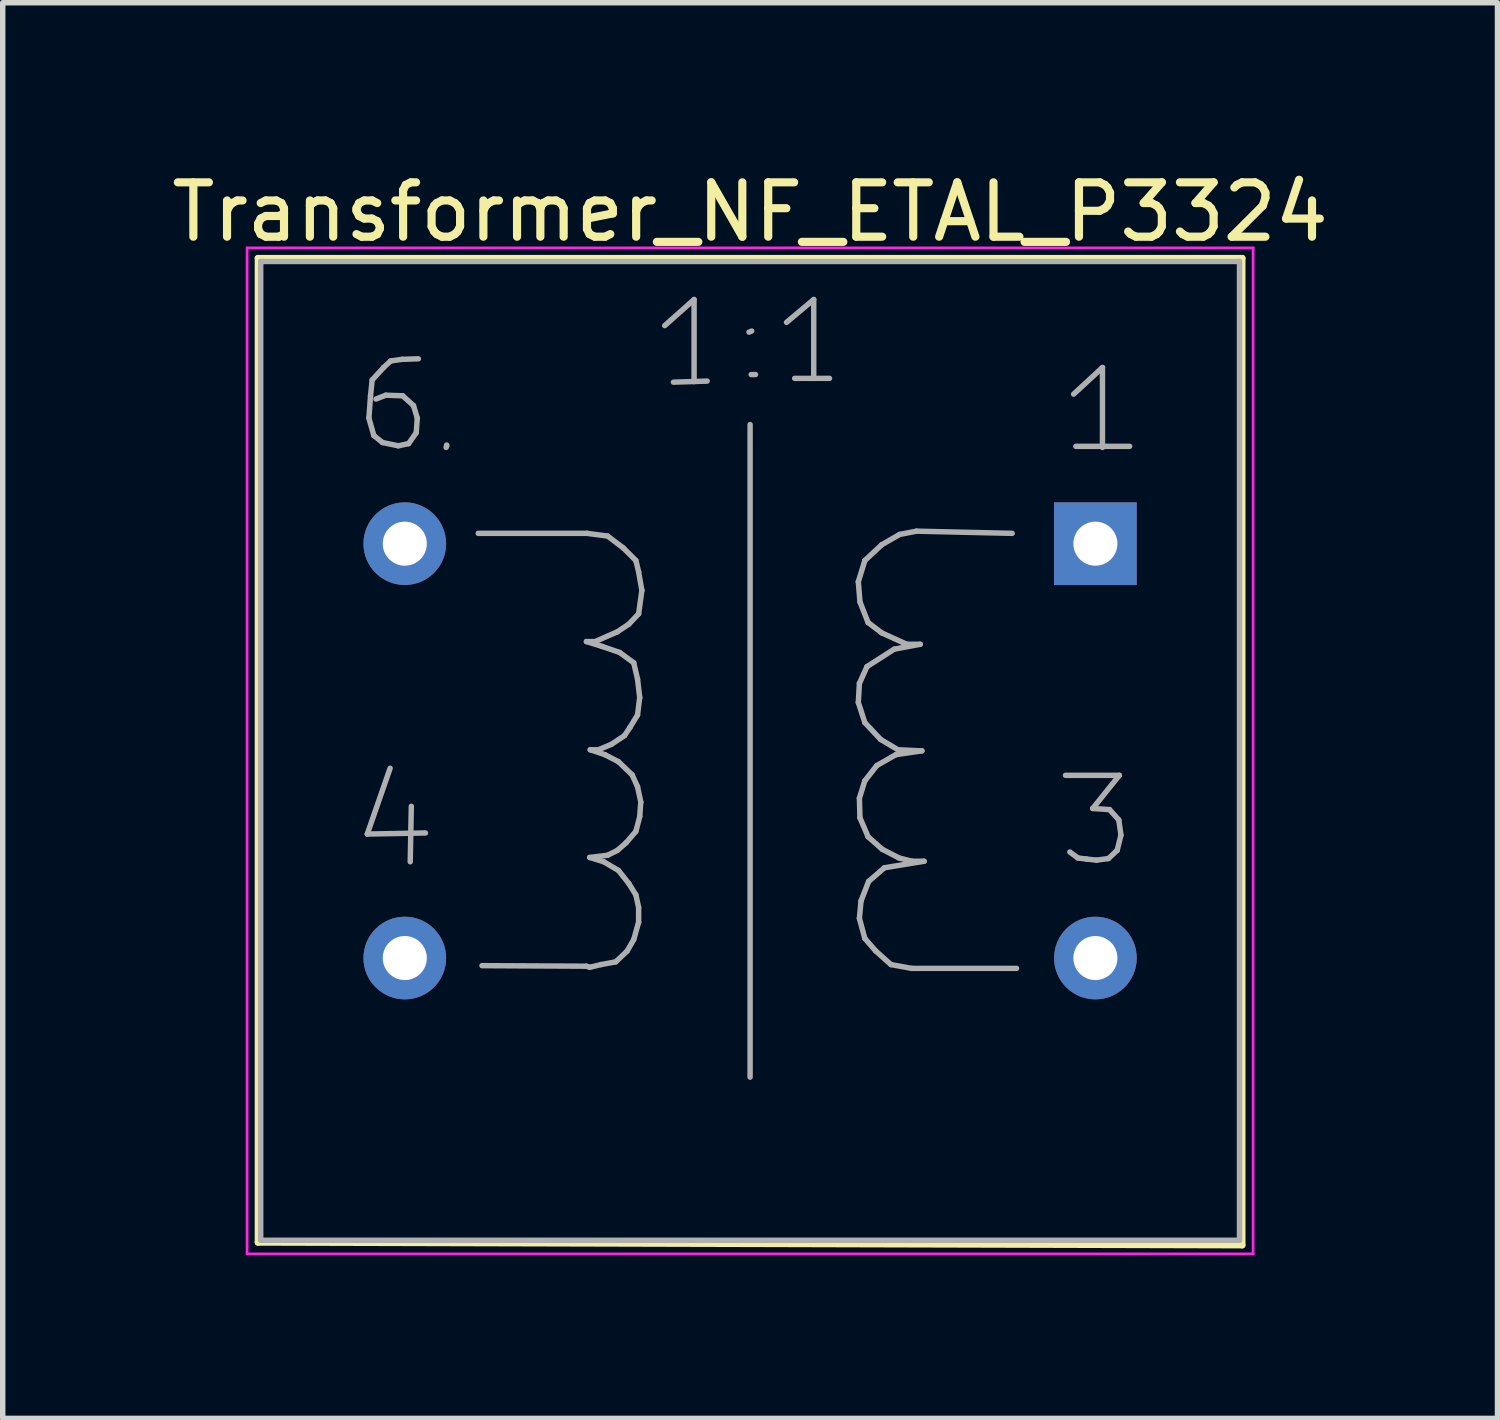
<source format=kicad_pcb>
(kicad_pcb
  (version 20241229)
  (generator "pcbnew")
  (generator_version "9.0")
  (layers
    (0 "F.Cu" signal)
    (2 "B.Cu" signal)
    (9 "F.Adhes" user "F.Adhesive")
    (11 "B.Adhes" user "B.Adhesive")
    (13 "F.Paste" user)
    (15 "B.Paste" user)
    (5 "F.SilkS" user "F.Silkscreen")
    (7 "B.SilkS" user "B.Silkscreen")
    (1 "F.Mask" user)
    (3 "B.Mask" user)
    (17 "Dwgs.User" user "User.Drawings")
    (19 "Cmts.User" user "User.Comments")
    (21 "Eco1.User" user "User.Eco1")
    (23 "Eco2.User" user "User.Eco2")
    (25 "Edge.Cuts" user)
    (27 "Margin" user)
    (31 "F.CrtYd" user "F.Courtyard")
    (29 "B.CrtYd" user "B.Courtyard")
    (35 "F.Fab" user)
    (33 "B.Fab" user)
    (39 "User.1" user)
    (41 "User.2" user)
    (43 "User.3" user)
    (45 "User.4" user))
  (footprint "Transformer_NF_ETAL_P3324"
    (layer "F.Cu")
    (at 17.094 6.948)
    (property "Reference" "Transformer_NF_ETAL_P3324" (at -6.35 -6.1 0) (layer "F.SilkS") (effects (font (size 1 1) (thickness 0.15))))
    (attr through_hole)
    (fp_line (start -15.4 -5.25) (end 2.7 -5.25) (stroke (width 0.12) (type solid)) (layer "F.SilkS"))
    (fp_line (start -15.4 12.85) (end -15.4 -5.25) (stroke (width 0.12) (type solid)) (layer "F.SilkS"))
    (fp_line (start 2.7 -5.25) (end 2.7 12.9) (stroke (width 0.12) (type solid)) (layer "F.SilkS"))
    (fp_line (start 2.7 12.9) (end -15.4 12.85) (stroke (width 0.12) (type solid)) (layer "F.SilkS"))
    (fp_line (start -15.6 -5.44) (end -15.6 13.06) (stroke (width 0.05) (type solid)) (layer "F.CrtYd"))
    (fp_line (start -15.6 -5.44) (end 2.9 -5.44) (stroke (width 0.05) (type solid)) (layer "F.CrtYd"))
    (fp_line (start 2.9 13.06) (end -15.6 13.06) (stroke (width 0.05) (type solid)) (layer "F.CrtYd"))
    (fp_line (start 2.9 13.06) (end 2.9 -5.44) (stroke (width 0.05) (type solid)) (layer "F.CrtYd"))
    (fp_line (start -15.35 -5.19) (end -15.35 12.81) (stroke (width 0.1) (type solid)) (layer "F.Fab"))
    (fp_line (start -15.35 12.81) (end 2.65 12.81) (stroke (width 0.1) (type solid)) (layer "F.Fab"))
    (fp_line (start -13.39 5.34) (end -12.32 5.32) (stroke (width 0.1) (type solid)) (layer "F.Fab"))
    (fp_line (start -13.36 -2.31) (end -13.27 -1.99) (stroke (width 0.1) (type solid)) (layer "F.Fab"))
    (fp_line (start -13.33 -2.72) (end -13.36 -2.31) (stroke (width 0.1) (type solid)) (layer "F.Fab"))
    (fp_line (start -13.3 -3.01) (end -13.33 -2.72) (stroke (width 0.1) (type solid)) (layer "F.Fab"))
    (fp_line (start -13.27 -1.99) (end -13.11 -1.86) (stroke (width 0.1) (type solid)) (layer "F.Fab"))
    (fp_line (start -13.11 -1.86) (end -12.82 -1.8) (stroke (width 0.1) (type solid)) (layer "F.Fab"))
    (fp_line (start -13.09 -3.24) (end -13.3 -3.01) (stroke (width 0.1) (type solid)) (layer "F.Fab"))
    (fp_line (start -13.05 -2.73) (end -13.23 -2.66) (stroke (width 0.1) (type solid)) (layer "F.Fab"))
    (fp_line (start -12.97 4.13) (end -13.39 5.34) (stroke (width 0.1) (type solid)) (layer "F.Fab"))
    (fp_line (start -12.96 -3.36) (end -13.09 -3.24) (stroke (width 0.1) (type solid)) (layer "F.Fab"))
    (fp_line (start -12.82 -1.8) (end -12.63 -1.84) (stroke (width 0.1) (type solid)) (layer "F.Fab"))
    (fp_line (start -12.75 -3.39) (end -12.96 -3.36) (stroke (width 0.1) (type solid)) (layer "F.Fab"))
    (fp_line (start -12.74 -2.72) (end -13.05 -2.73) (stroke (width 0.1) (type solid)) (layer "F.Fab"))
    (fp_line (start -12.63 -1.84) (end -12.49 -2.04) (stroke (width 0.1) (type solid)) (layer "F.Fab"))
    (fp_line (start -12.58 4.83) (end -12.6 5.85) (stroke (width 0.1) (type solid)) (layer "F.Fab"))
    (fp_line (start -12.54 -2.54) (end -12.74 -2.72) (stroke (width 0.1) (type solid)) (layer "F.Fab"))
    (fp_line (start -12.49 -2.04) (end -12.47 -2.31) (stroke (width 0.1) (type solid)) (layer "F.Fab"))
    (fp_line (start -12.47 -2.31) (end -12.54 -2.54) (stroke (width 0.1) (type solid)) (layer "F.Fab"))
    (fp_line (start -12.45 -3.4) (end -12.75 -3.39) (stroke (width 0.1) (type solid)) (layer "F.Fab"))
    (fp_line (start -11.94 -1.77) (end -11.93 -1.81) (stroke (width 0.1) (type solid)) (layer "F.Fab"))
    (fp_line (start -11.93 -1.81) (end -11.93 -1.8) (stroke (width 0.1) (type solid)) (layer "F.Fab"))
    (fp_line (start -11.35 -0.19) (end -9.35 -0.19) (stroke (width 0.1) (type solid)) (layer "F.Fab"))
    (fp_line (start -9.36 1.8) (end -9.07 1.89) (stroke (width 0.1) (type solid)) (layer "F.Fab"))
    (fp_line (start -9.36 7.77) (end -11.28 7.76) (stroke (width 0.1) (type solid)) (layer "F.Fab"))
    (fp_line (start -9.35 -0.19) (end -8.97 -0.14) (stroke (width 0.1) (type solid)) (layer "F.Fab"))
    (fp_line (start -9.3 5.77) (end -9.04 5.85) (stroke (width 0.1) (type solid)) (layer "F.Fab"))
    (fp_line (start -9.3 7.79) (end -9.36 7.77) (stroke (width 0.1) (type solid)) (layer "F.Fab"))
    (fp_line (start -9.29 3.79) (end -9.02 3.88) (stroke (width 0.1) (type solid)) (layer "F.Fab"))
    (fp_line (start -9.2 1.8) (end -9.36 1.8) (stroke (width 0.1) (type solid)) (layer "F.Fab"))
    (fp_line (start -9.14 3.79) (end -9.29 3.79) (stroke (width 0.1) (type solid)) (layer "F.Fab"))
    (fp_line (start -9.09 7.74) (end -9.3 7.79) (stroke (width 0.1) (type solid)) (layer "F.Fab"))
    (fp_line (start -9.07 1.89) (end -8.75 2) (stroke (width 0.1) (type solid)) (layer "F.Fab"))
    (fp_line (start -9.04 5.85) (end -8.77 6.01) (stroke (width 0.1) (type solid)) (layer "F.Fab"))
    (fp_line (start -9.02 3.88) (end -8.77 4.01) (stroke (width 0.1) (type solid)) (layer "F.Fab"))
    (fp_line (start -8.97 -0.14) (end -8.68 0.08) (stroke (width 0.1) (type solid)) (layer "F.Fab"))
    (fp_line (start -8.97 5.73) (end -9.3 5.77) (stroke (width 0.1) (type solid)) (layer "F.Fab"))
    (fp_line (start -8.9 3.69) (end -9.14 3.79) (stroke (width 0.1) (type solid)) (layer "F.Fab"))
    (fp_line (start -8.82 7.69) (end -9.09 7.74) (stroke (width 0.1) (type solid)) (layer "F.Fab"))
    (fp_line (start -8.79 1.62) (end -9.2 1.8) (stroke (width 0.1) (type solid)) (layer "F.Fab"))
    (fp_line (start -8.79 5.64) (end -8.97 5.73) (stroke (width 0.1) (type solid)) (layer "F.Fab"))
    (fp_line (start -8.77 4.01) (end -8.52 4.25) (stroke (width 0.1) (type solid)) (layer "F.Fab"))
    (fp_line (start -8.77 6.01) (end -8.58 6.25) (stroke (width 0.1) (type solid)) (layer "F.Fab"))
    (fp_line (start -8.75 2) (end -8.49 2.19) (stroke (width 0.1) (type solid)) (layer "F.Fab"))
    (fp_line (start -8.68 0.08) (end -8.45 0.31) (stroke (width 0.1) (type solid)) (layer "F.Fab"))
    (fp_line (start -8.66 3.53) (end -8.9 3.69) (stroke (width 0.1) (type solid)) (layer "F.Fab"))
    (fp_line (start -8.63 5.5) (end -8.79 5.64) (stroke (width 0.1) (type solid)) (layer "F.Fab"))
    (fp_line (start -8.61 7.49) (end -8.82 7.69) (stroke (width 0.1) (type solid)) (layer "F.Fab"))
    (fp_line (start -8.58 1.48) (end -8.79 1.62) (stroke (width 0.1) (type solid)) (layer "F.Fab"))
    (fp_line (start -8.58 6.25) (end -8.45 6.46) (stroke (width 0.1) (type solid)) (layer "F.Fab"))
    (fp_line (start -8.56 3.38) (end -8.66 3.53) (stroke (width 0.1) (type solid)) (layer "F.Fab"))
    (fp_line (start -8.52 4.25) (end -8.42 4.47) (stroke (width 0.1) (type solid)) (layer "F.Fab"))
    (fp_line (start -8.49 2.19) (end -8.42 2.49) (stroke (width 0.1) (type solid)) (layer "F.Fab"))
    (fp_line (start -8.49 7.28) (end -8.61 7.49) (stroke (width 0.1) (type solid)) (layer "F.Fab"))
    (fp_line (start -8.45 0.31) (end -8.4 0.52) (stroke (width 0.1) (type solid)) (layer "F.Fab"))
    (fp_line (start -8.45 5.29) (end -8.63 5.5) (stroke (width 0.1) (type solid)) (layer "F.Fab"))
    (fp_line (start -8.45 6.46) (end -8.4 6.69) (stroke (width 0.1) (type solid)) (layer "F.Fab"))
    (fp_line (start -8.42 2.49) (end -8.38 2.83) (stroke (width 0.1) (type solid)) (layer "F.Fab"))
    (fp_line (start -8.42 3.15) (end -8.56 3.38) (stroke (width 0.1) (type solid)) (layer "F.Fab"))
    (fp_line (start -8.42 4.47) (end -8.36 4.75) (stroke (width 0.1) (type solid)) (layer "F.Fab"))
    (fp_line (start -8.4 0.52) (end -8.34 0.86) (stroke (width 0.1) (type solid)) (layer "F.Fab"))
    (fp_line (start -8.4 1.29) (end -8.58 1.48) (stroke (width 0.1) (type solid)) (layer "F.Fab"))
    (fp_line (start -8.4 6.69) (end -8.4 6.96) (stroke (width 0.1) (type solid)) (layer "F.Fab"))
    (fp_line (start -8.4 6.96) (end -8.49 7.28) (stroke (width 0.1) (type solid)) (layer "F.Fab"))
    (fp_line (start -8.38 2.83) (end -8.42 3.15) (stroke (width 0.1) (type solid)) (layer "F.Fab"))
    (fp_line (start -8.38 5.02) (end -8.45 5.29) (stroke (width 0.1) (type solid)) (layer "F.Fab"))
    (fp_line (start -8.36 4.75) (end -8.38 5.02) (stroke (width 0.1) (type solid)) (layer "F.Fab"))
    (fp_line (start -8.34 0.86) (end -8.4 1.29) (stroke (width 0.1) (type solid)) (layer "F.Fab"))
    (fp_line (start -7.92 -4.01) (end -7.38 -4.49) (stroke (width 0.1) (type solid)) (layer "F.Fab"))
    (fp_line (start -7.76 -2.97) (end -7.14 -2.99) (stroke (width 0.1) (type solid)) (layer "F.Fab"))
    (fp_line (start -7.38 -4.49) (end -7.38 -2.98) (stroke (width 0.1) (type solid)) (layer "F.Fab"))
    (fp_line (start -6.35 -2.19) (end -6.35 9.81) (stroke (width 0.1) (type solid)) (layer "F.Fab"))
    (fp_line (start -6.32 -3.91) (end -6.37 -3.89) (stroke (width 0.1) (type solid)) (layer "F.Fab"))
    (fp_line (start -6.25 -3.11) (end -6.33 -3.11) (stroke (width 0.1) (type solid)) (layer "F.Fab"))
    (fp_line (start -5.68 -4.07) (end -5.18 -4.49) (stroke (width 0.1) (type solid)) (layer "F.Fab"))
    (fp_line (start -5.53 -3.04) (end -4.89 -3.04) (stroke (width 0.1) (type solid)) (layer "F.Fab"))
    (fp_line (start -5.18 -4.49) (end -5.18 -3.04) (stroke (width 0.1) (type solid)) (layer "F.Fab"))
    (fp_line (start -4.36 0.7) (end -4.33 1.07) (stroke (width 0.1) (type solid)) (layer "F.Fab"))
    (fp_line (start -4.36 2.92) (end -4.24 3.29) (stroke (width 0.1) (type solid)) (layer "F.Fab"))
    (fp_line (start -4.34 2.57) (end -4.36 2.92) (stroke (width 0.1) (type solid)) (layer "F.Fab"))
    (fp_line (start -4.34 4.68) (end -4.33 5.04) (stroke (width 0.1) (type solid)) (layer "F.Fab"))
    (fp_line (start -4.34 6.89) (end -4.24 7.26) (stroke (width 0.1) (type solid)) (layer "F.Fab"))
    (fp_line (start -4.33 1.07) (end -4.18 1.45) (stroke (width 0.1) (type solid)) (layer "F.Fab"))
    (fp_line (start -4.33 5.04) (end -4.18 5.39) (stroke (width 0.1) (type solid)) (layer "F.Fab"))
    (fp_line (start -4.31 6.57) (end -4.34 6.89) (stroke (width 0.1) (type solid)) (layer "F.Fab"))
    (fp_line (start -4.24 0.31) (end -4.36 0.7) (stroke (width 0.1) (type solid)) (layer "F.Fab"))
    (fp_line (start -4.24 3.29) (end -3.95 3.6) (stroke (width 0.1) (type solid)) (layer "F.Fab"))
    (fp_line (start -4.24 4.36) (end -4.34 4.68) (stroke (width 0.1) (type solid)) (layer "F.Fab"))
    (fp_line (start -4.24 7.26) (end -4.04 7.49) (stroke (width 0.1) (type solid)) (layer "F.Fab"))
    (fp_line (start -4.2 2.26) (end -4.34 2.57) (stroke (width 0.1) (type solid)) (layer "F.Fab"))
    (fp_line (start -4.18 1.45) (end -3.93 1.64) (stroke (width 0.1) (type solid)) (layer "F.Fab"))
    (fp_line (start -4.18 5.39) (end -3.92 5.62) (stroke (width 0.1) (type solid)) (layer "F.Fab"))
    (fp_line (start -4.17 6.21) (end -4.31 6.57) (stroke (width 0.1) (type solid)) (layer "F.Fab"))
    (fp_line (start -4.04 7.49) (end -3.76 7.74) (stroke (width 0.1) (type solid)) (layer "F.Fab"))
    (fp_line (start -4.02 4.08) (end -4.24 4.36) (stroke (width 0.1) (type solid)) (layer "F.Fab"))
    (fp_line (start -3.95 3.6) (end -3.63 3.79) (stroke (width 0.1) (type solid)) (layer "F.Fab"))
    (fp_line (start -3.93 0.02) (end -4.24 0.31) (stroke (width 0.1) (type solid)) (layer "F.Fab"))
    (fp_line (start -3.93 1.64) (end -3.47 1.85) (stroke (width 0.1) (type solid)) (layer "F.Fab"))
    (fp_line (start -3.92 5.62) (end -3.61 5.78) (stroke (width 0.1) (type solid)) (layer "F.Fab"))
    (fp_line (start -3.88 5.96) (end -4.17 6.21) (stroke (width 0.1) (type solid)) (layer "F.Fab"))
    (fp_line (start -3.76 7.74) (end -3.38 7.81) (stroke (width 0.1) (type solid)) (layer "F.Fab"))
    (fp_line (start -3.7 1.94) (end -4.2 2.26) (stroke (width 0.1) (type solid)) (layer "F.Fab"))
    (fp_line (start -3.67 3.88) (end -4.02 4.08) (stroke (width 0.1) (type solid)) (layer "F.Fab"))
    (fp_line (start -3.63 3.79) (end -3.19 3.81) (stroke (width 0.1) (type solid)) (layer "F.Fab"))
    (fp_line (start -3.61 5.78) (end -3.37 5.84) (stroke (width 0.1) (type solid)) (layer "F.Fab"))
    (fp_line (start -3.6 -0.17) (end -3.93 0.02) (stroke (width 0.1) (type solid)) (layer "F.Fab"))
    (fp_line (start -3.47 1.85) (end -3.22 1.85) (stroke (width 0.1) (type solid)) (layer "F.Fab"))
    (fp_line (start -3.38 7.81) (end -1.45 7.81) (stroke (width 0.1) (type solid)) (layer "F.Fab"))
    (fp_line (start -3.37 5.84) (end -3.15 5.84) (stroke (width 0.1) (type solid)) (layer "F.Fab"))
    (fp_line (start -3.29 -0.23) (end -3.6 -0.17) (stroke (width 0.1) (type solid)) (layer "F.Fab"))
    (fp_line (start -3.22 1.85) (end -3.7 1.94) (stroke (width 0.1) (type solid)) (layer "F.Fab"))
    (fp_line (start -3.19 3.81) (end -3.67 3.88) (stroke (width 0.1) (type solid)) (layer "F.Fab"))
    (fp_line (start -3.15 5.84) (end -3.88 5.96) (stroke (width 0.1) (type solid)) (layer "F.Fab"))
    (fp_line (start -1.53 -0.19) (end -3.29 -0.23) (stroke (width 0.1) (type solid)) (layer "F.Fab"))
    (fp_line (start -0.55 4.26) (end 0.44 4.26) (stroke (width 0.1) (type solid)) (layer "F.Fab"))
    (fp_line (start -0.4 -2.75) (end 0.13 -3.24) (stroke (width 0.1) (type solid)) (layer "F.Fab"))
    (fp_line (start -0.36 -1.79) (end 0.63 -1.79) (stroke (width 0.1) (type solid)) (layer "F.Fab"))
    (fp_line (start -0.32 5.78) (end -0.47 5.67) (stroke (width 0.1) (type solid)) (layer "F.Fab"))
    (fp_line (start -0.16 5.8) (end -0.32 5.78) (stroke (width 0.1) (type solid)) (layer "F.Fab"))
    (fp_line (start -0.05 4.87) (end 0.26 4.89) (stroke (width 0.1) (type solid)) (layer "F.Fab"))
    (fp_line (start 0.02 5.82) (end -0.16 5.8) (stroke (width 0.1) (type solid)) (layer "F.Fab"))
    (fp_line (start 0.13 -3.24) (end 0.13 -1.77) (stroke (width 0.1) (type solid)) (layer "F.Fab"))
    (fp_line (start 0.24 5.79) (end 0.02 5.82) (stroke (width 0.1) (type solid)) (layer "F.Fab"))
    (fp_line (start 0.26 4.89) (end 0.43 5.08) (stroke (width 0.1) (type solid)) (layer "F.Fab"))
    (fp_line (start 0.4 5.64) (end 0.24 5.79) (stroke (width 0.1) (type solid)) (layer "F.Fab"))
    (fp_line (start 0.43 5.08) (end 0.47 5.36) (stroke (width 0.1) (type solid)) (layer "F.Fab"))
    (fp_line (start 0.44 4.26) (end -0.05 4.87) (stroke (width 0.1) (type solid)) (layer "F.Fab"))
    (fp_line (start 0.47 5.36) (end 0.4 5.64) (stroke (width 0.1) (type solid)) (layer "F.Fab"))
    (fp_line (start 2.65 -5.19) (end -15.35 -5.19) (stroke (width 0.1) (type solid)) (layer "F.Fab"))
    (fp_line (start 2.65 12.81) (end 2.65 -5.19) (stroke (width 0.1) (type solid)) (layer "F.Fab"))
    (pad "1" thru_hole rect (at 0 0) (size 1.52 1.52) (drill 0.81) (layers "*.Cu" "*.Mask"))
    (pad "3" thru_hole circle (at 0 7.62) (size 1.52 1.52) (drill 0.81) (layers "*.Cu" "*.Mask"))
    (pad "4" thru_hole circle (at -12.7 7.62) (size 1.52 1.52) (drill 0.81) (layers "*.Cu" "*.Mask"))
    (pad "6" thru_hole circle (at -12.7 0) (size 1.52 1.52) (drill 0.81) (layers "*.Cu" "*.Mask")))
  (gr_rect
    (start -3 -3)
    (end 24.488 23.033)
    (stroke (width 0.1) (type default))
    (fill no)
    (layer "Edge.Cuts")))
</source>
